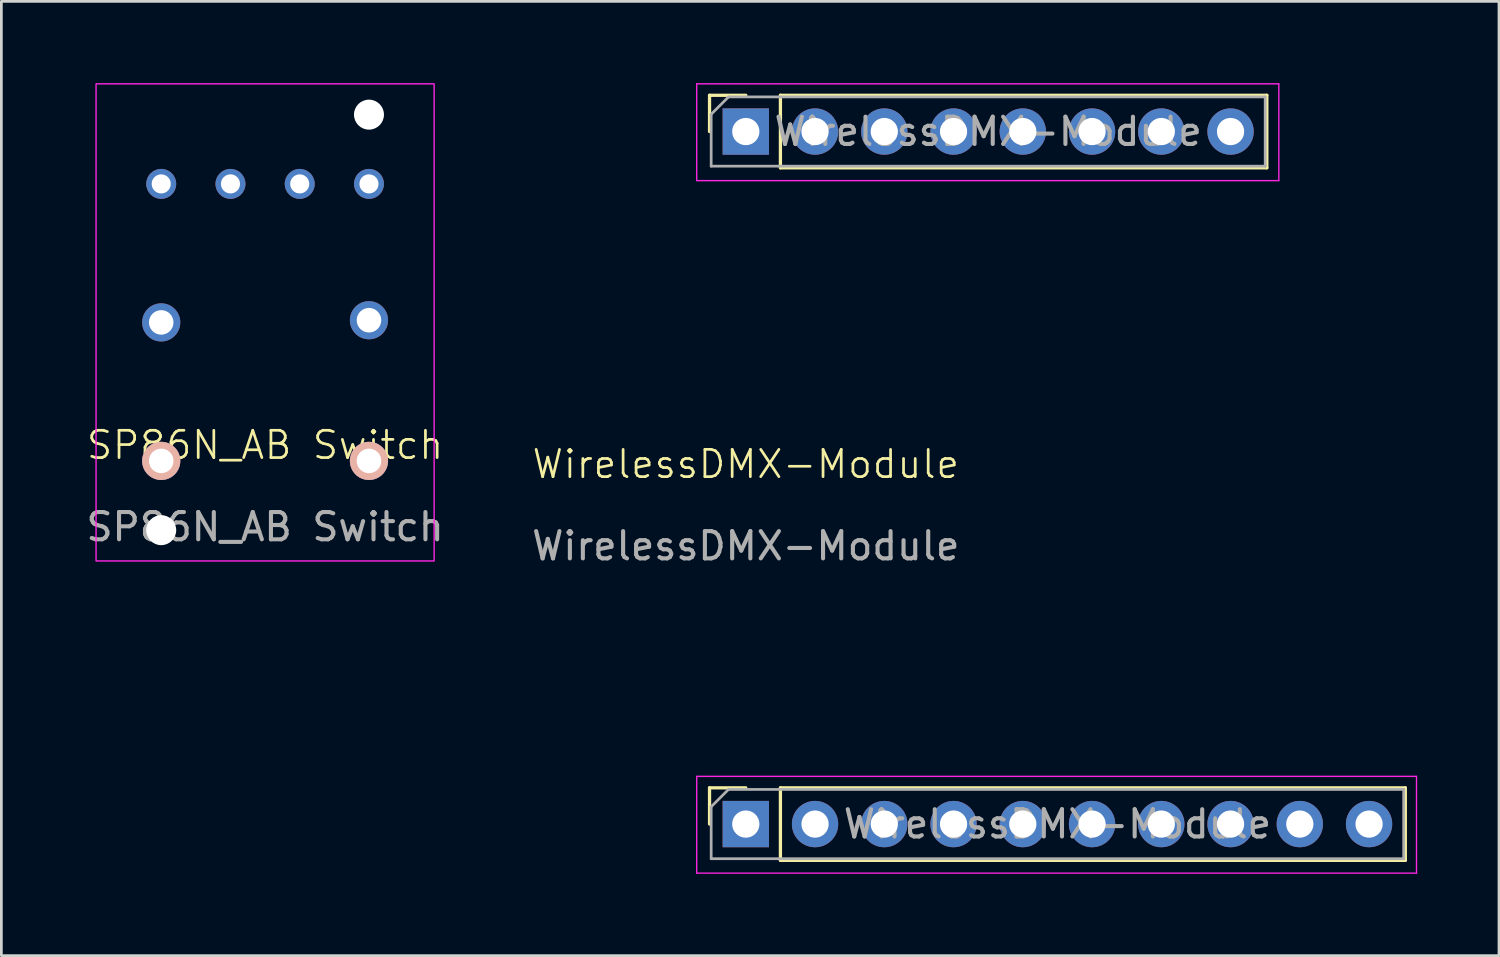
<source format=kicad_pcb>
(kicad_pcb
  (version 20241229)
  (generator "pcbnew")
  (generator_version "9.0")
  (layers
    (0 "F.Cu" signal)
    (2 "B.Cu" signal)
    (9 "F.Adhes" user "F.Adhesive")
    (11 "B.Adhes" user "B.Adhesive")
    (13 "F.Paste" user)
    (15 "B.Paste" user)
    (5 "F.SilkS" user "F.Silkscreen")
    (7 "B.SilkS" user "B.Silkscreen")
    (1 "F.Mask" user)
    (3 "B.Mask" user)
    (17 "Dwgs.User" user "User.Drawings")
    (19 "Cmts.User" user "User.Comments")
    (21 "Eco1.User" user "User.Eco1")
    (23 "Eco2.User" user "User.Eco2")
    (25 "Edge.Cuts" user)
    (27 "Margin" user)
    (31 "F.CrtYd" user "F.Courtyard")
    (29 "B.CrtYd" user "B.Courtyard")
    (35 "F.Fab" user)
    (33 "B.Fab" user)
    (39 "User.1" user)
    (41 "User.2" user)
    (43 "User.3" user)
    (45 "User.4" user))
  (footprint "SP86N_AB Switch"
    (layer "F.Cu")
    (at 6.673 8.775)
    (property "Reference" "SP86N_AB Switch" (at 0 4.5 0) (unlocked yes) (layer "F.SilkS") (effects (font (size 1 1) (thickness 0.1))))
    (attr through_hole)
    (fp_rect (start -6.2 -8.75) (end 6.2 8.75) (stroke (width 0.05) (type default)) (fill no) (layer "F.CrtYd"))
    (fp_text user "${REFERENCE}" (at 0 7.5 0) (unlocked yes) (layer "F.Fab") (effects (font (size 1 1) (thickness 0.15))))
    (pad "" thru_hole circle (at -3.81 -5.08) (size 1.1 1.1) (drill 0.7) (layers "*.Cu" "*.Mask"))
    (pad "" np_thru_hole circle (at -3.81 7.62) (size 1.1 1.1) (drill 1.1) (layers "*.Cu" "*.Mask"))
    (pad "" np_thru_hole circle (at 3.81 -7.62) (size 1.1 1.1) (drill 1.1) (layers "*.Cu" "*.Mask"))
    (pad "" thru_hole circle (at 3.81 -5.08) (size 1.1 1.1) (drill 0.7) (layers "*.Cu" "*.Mask"))
    (pad "1" thru_hole circle (at -3.81 0) (size 1.4 1.4) (drill 0.9) (layers "*.Cu" "*.Mask"))
    (pad "1" thru_hole circle (at 3.81 -0.08) (size 1.4 1.4) (drill 0.9) (layers "*.Cu" "*.Mask"))
    (pad "2" thru_hole circle (at -3.81 5.08) (size 1.4 1.4) (drill 0.9) (layers "*.Cu" "*.Mask" "B.SilkS"))
    (pad "3" thru_hole circle (at 1.27 -5.08) (size 1.1 1.1) (drill 0.7) (layers "*.Cu" "*.Mask"))
    (pad "4" thru_hole circle (at -1.27 -5.08) (size 1.1 1.1) (drill 0.7) (layers "*.Cu" "*.Mask"))
    (pad "5" thru_hole circle (at 3.81 5.08) (size 1.4 1.4) (drill 0.9) (layers "*.Cu" "*.Mask" "B.SilkS")))
  (footprint "WirelessDMX-Module"
    (layer "F.Cu")
    (at 24.304 14.475)
    (property "Reference" "WirelessDMX-Module" (at 0 -0.5 0) (unlocked yes) (layer "F.SilkS") (effects (font (size 1 1) (thickness 0.1))))
    (attr through_hole)
    (fp_line (start -1.33 -14.03) (end 0 -14.03) (stroke (width 0.12) (type solid)) (layer "F.SilkS"))
    (fp_line (start -1.33 -12.7) (end -1.33 -14.03) (stroke (width 0.12) (type solid)) (layer "F.SilkS"))
    (fp_line (start -1.33 11.37) (end 0 11.37) (stroke (width 0.12) (type solid)) (layer "F.SilkS"))
    (fp_line (start -1.33 12.7) (end -1.33 11.37) (stroke (width 0.12) (type solid)) (layer "F.SilkS"))
    (fp_line (start 1.27 -14.03) (end 19.11 -14.03) (stroke (width 0.12) (type solid)) (layer "F.SilkS"))
    (fp_line (start 1.27 -11.37) (end 1.27 -14.03) (stroke (width 0.12) (type solid)) (layer "F.SilkS"))
    (fp_line (start 1.27 -11.37) (end 19.11 -11.37) (stroke (width 0.12) (type solid)) (layer "F.SilkS"))
    (fp_line (start 1.27 11.37) (end 24.19 11.37) (stroke (width 0.12) (type solid)) (layer "F.SilkS"))
    (fp_line (start 1.27 14.03) (end 1.27 11.37) (stroke (width 0.12) (type solid)) (layer "F.SilkS"))
    (fp_line (start 1.27 14.03) (end 24.19 14.03) (stroke (width 0.12) (type solid)) (layer "F.SilkS"))
    (fp_line (start 19.11 -11.37) (end 19.11 -14.03) (stroke (width 0.12) (type solid)) (layer "F.SilkS"))
    (fp_line (start 24.19 14.03) (end 24.19 11.37) (stroke (width 0.12) (type solid)) (layer "F.SilkS"))
    (fp_line (start -1.8 -14.45) (end 19.55 -14.45) (stroke (width 0.05) (type solid)) (layer "F.CrtYd"))
    (fp_line (start -1.8 -10.9) (end -1.8 -14.45) (stroke (width 0.05) (type solid)) (layer "F.CrtYd"))
    (fp_line (start -1.8 10.95) (end 24.6 10.95) (stroke (width 0.05) (type solid)) (layer "F.CrtYd"))
    (fp_line (start -1.8 14.5) (end -1.8 10.95) (stroke (width 0.05) (type solid)) (layer "F.CrtYd"))
    (fp_line (start 19.55 -14.45) (end 19.55 -10.9) (stroke (width 0.05) (type solid)) (layer "F.CrtYd"))
    (fp_line (start 19.55 -10.9) (end -1.8 -10.9) (stroke (width 0.05) (type solid)) (layer "F.CrtYd"))
    (fp_line (start 24.6 10.95) (end 24.6 14.5) (stroke (width 0.05) (type solid)) (layer "F.CrtYd"))
    (fp_line (start 24.6 14.5) (end -1.8 14.5) (stroke (width 0.05) (type solid)) (layer "F.CrtYd"))
    (fp_line (start -1.27 -13.335) (end -0.635 -13.97) (stroke (width 0.1) (type solid)) (layer "F.Fab"))
    (fp_line (start -1.27 -11.43) (end -1.27 -13.335) (stroke (width 0.1) (type solid)) (layer "F.Fab"))
    (fp_line (start -1.27 12.065) (end -0.635 11.43) (stroke (width 0.1) (type solid)) (layer "F.Fab"))
    (fp_line (start -1.27 13.97) (end -1.27 12.065) (stroke (width 0.1) (type solid)) (layer "F.Fab"))
    (fp_line (start -0.635 -13.97) (end 19.05 -13.97) (stroke (width 0.1) (type solid)) (layer "F.Fab"))
    (fp_line (start -0.635 11.43) (end 24.13 11.43) (stroke (width 0.1) (type solid)) (layer "F.Fab"))
    (fp_line (start 19.05 -13.97) (end 19.05 -11.43) (stroke (width 0.1) (type solid)) (layer "F.Fab"))
    (fp_line (start 19.05 -11.43) (end -1.27 -11.43) (stroke (width 0.1) (type solid)) (layer "F.Fab"))
    (fp_line (start 24.13 11.43) (end 24.13 13.97) (stroke (width 0.1) (type solid)) (layer "F.Fab"))
    (fp_line (start 24.13 13.97) (end -1.27 13.97) (stroke (width 0.1) (type solid)) (layer "F.Fab"))
    (fp_text user "${REFERENCE}" (at 8.89 -12.7 180) (layer "F.Fab") (effects (font (size 1 1) (thickness 0.15))))
    (fp_text user "${REFERENCE}" (at 11.43 12.7 180) (layer "F.Fab") (effects (font (size 1 1) (thickness 0.15))))
    (fp_text user "${REFERENCE}" (at 0 2.5 0) (unlocked yes) (layer "F.Fab") (effects (font (size 1 1) (thickness 0.15))))
    (pad "1" thru_hole rect (at 0 12.7 90) (size 1.7 1.7) (drill 1) (layers "*.Cu" "*.Mask"))
    (pad "2" thru_hole oval (at 2.54 12.7 90) (size 1.7 1.7) (drill 1) (layers "*.Cu" "*.Mask"))
    (pad "3" thru_hole oval (at 5.08 12.7 90) (size 1.7 1.7) (drill 1) (layers "*.Cu" "*.Mask"))
    (pad "4" thru_hole oval (at 7.62 12.7 90) (size 1.7 1.7) (drill 1) (layers "*.Cu" "*.Mask"))
    (pad "5" thru_hole oval (at 10.16 12.7 90) (size 1.7 1.7) (drill 1) (layers "*.Cu" "*.Mask"))
    (pad "6" thru_hole oval (at 12.7 12.7 90) (size 1.7 1.7) (drill 1) (layers "*.Cu" "*.Mask"))
    (pad "7" thru_hole oval (at 15.24 12.7 90) (size 1.7 1.7) (drill 1) (layers "*.Cu" "*.Mask"))
    (pad "8" thru_hole oval (at 17.78 12.7 90) (size 1.7 1.7) (drill 1) (layers "*.Cu" "*.Mask"))
    (pad "9" thru_hole oval (at 20.32 12.7 90) (size 1.7 1.7) (drill 1) (layers "*.Cu" "*.Mask"))
    (pad "10" thru_hole oval (at 22.86 12.7 90) (size 1.7 1.7) (drill 1) (layers "*.Cu" "*.Mask"))
    (pad "11" thru_hole rect (at 0 -12.7 90) (size 1.7 1.7) (drill 1) (layers "*.Cu" "*.Mask"))
    (pad "12" thru_hole oval (at 2.54 -12.7 90) (size 1.7 1.7) (drill 1) (layers "*.Cu" "*.Mask"))
    (pad "13" thru_hole oval (at 5.08 -12.7 90) (size 1.7 1.7) (drill 1) (layers "*.Cu" "*.Mask"))
    (pad "14" thru_hole oval (at 7.62 -12.7 90) (size 1.7 1.7) (drill 1) (layers "*.Cu" "*.Mask"))
    (pad "15" thru_hole oval (at 10.16 -12.7 90) (size 1.7 1.7) (drill 1) (layers "*.Cu" "*.Mask"))
    (pad "16" thru_hole oval (at 12.7 -12.7 90) (size 1.7 1.7) (drill 1) (layers "*.Cu" "*.Mask"))
    (pad "17" thru_hole oval (at 15.24 -12.7 90) (size 1.7 1.7) (drill 1) (layers "*.Cu" "*.Mask"))
    (pad "18" thru_hole oval (at 17.78 -12.7 90) (size 1.7 1.7) (drill 1) (layers "*.Cu" "*.Mask")))
  (gr_rect
    (start -3 -3)
    (end 51.929 32)
    (stroke (width 0.1) (type default))
    (fill no)
    (layer "Edge.Cuts")))
</source>
